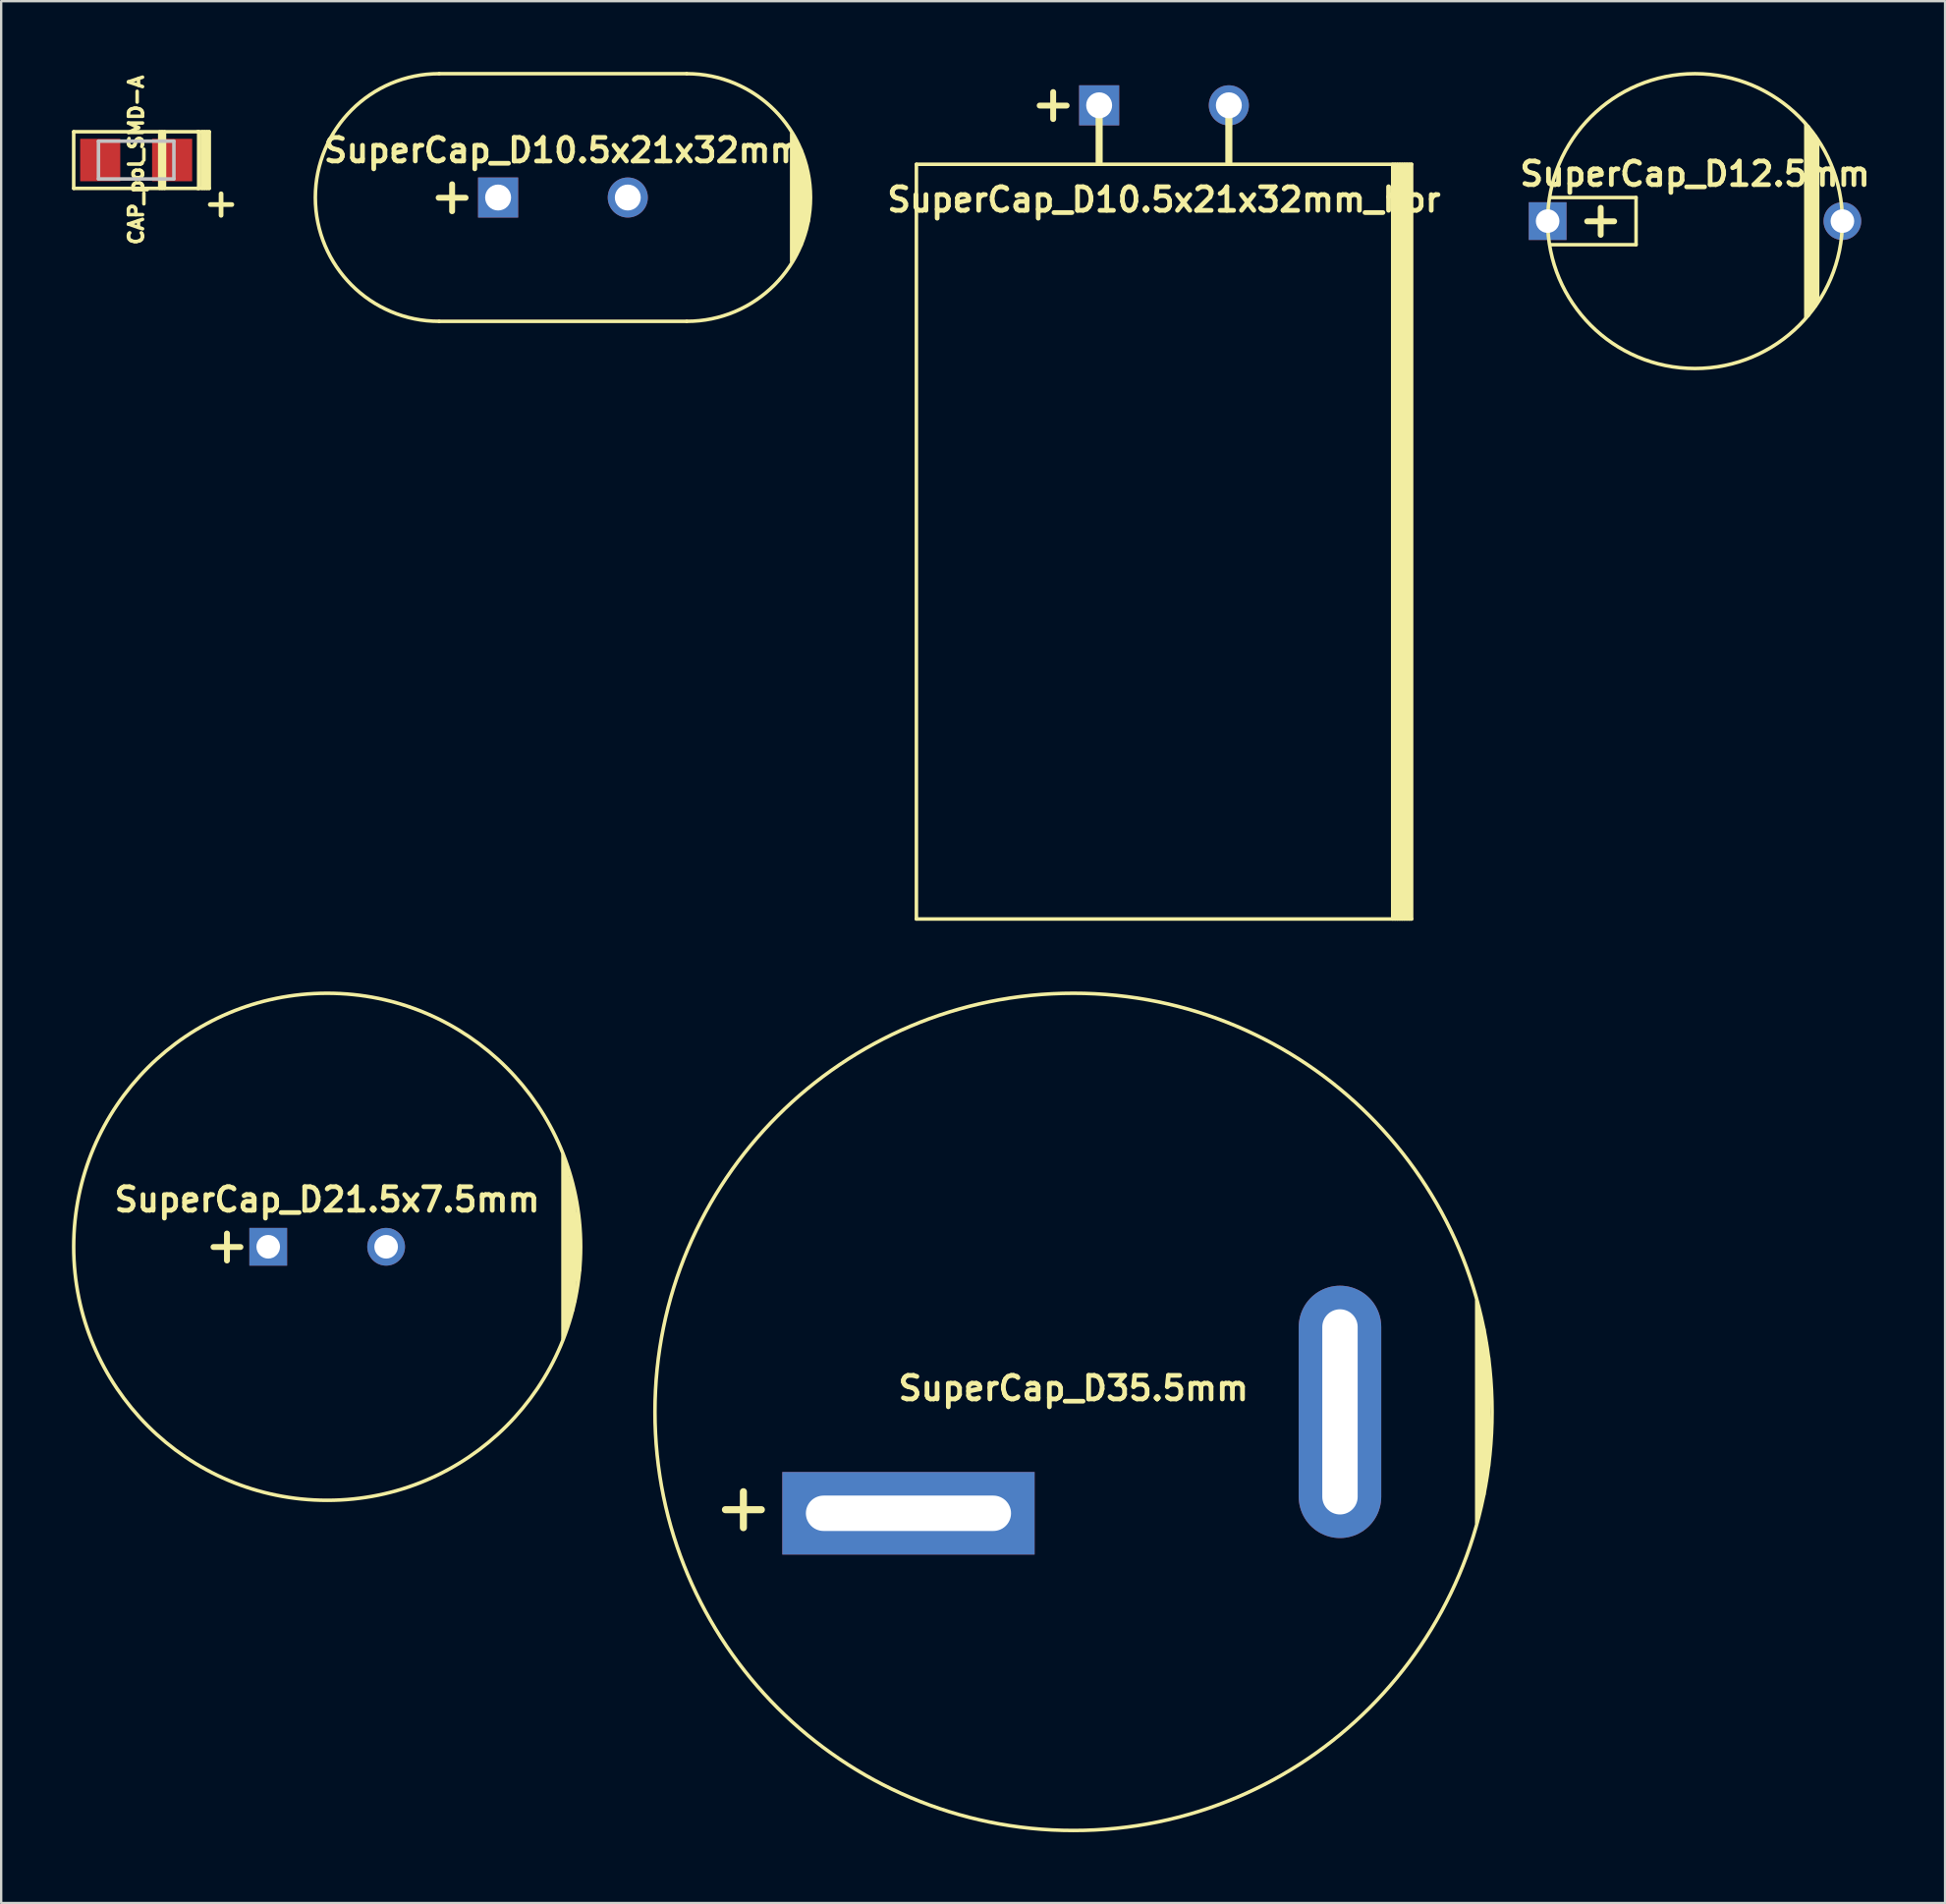
<source format=kicad_pcb>
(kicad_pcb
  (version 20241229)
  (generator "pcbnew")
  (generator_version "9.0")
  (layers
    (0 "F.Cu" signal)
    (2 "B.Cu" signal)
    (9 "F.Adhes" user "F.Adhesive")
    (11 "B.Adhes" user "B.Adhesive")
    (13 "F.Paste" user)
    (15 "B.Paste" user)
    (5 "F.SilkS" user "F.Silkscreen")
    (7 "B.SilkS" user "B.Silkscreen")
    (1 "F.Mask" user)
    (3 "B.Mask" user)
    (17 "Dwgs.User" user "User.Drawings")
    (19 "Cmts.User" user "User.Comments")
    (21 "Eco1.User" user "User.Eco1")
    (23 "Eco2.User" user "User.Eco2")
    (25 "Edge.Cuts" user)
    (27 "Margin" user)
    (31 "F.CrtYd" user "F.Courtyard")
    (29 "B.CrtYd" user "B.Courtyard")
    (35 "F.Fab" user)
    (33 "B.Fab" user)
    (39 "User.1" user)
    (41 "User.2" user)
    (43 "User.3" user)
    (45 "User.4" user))
  (footprint "CAP_pol_SMD-A"
    (layer "F.Cu")
    (at 2.725 3.736)
    (property "Reference" "CAP_pol_SMD-A" (at 0 0 270) (layer "F.SilkS") (effects (font (size 0.6 0.6) (thickness 0.15))))
    (attr smd)
    (fp_line (start -2.65 -1.2) (end 2.65 -1.2) (stroke (width 0.15) (type solid)) (layer "F.SilkS"))
    (fp_line (start -2.65 1.2) (end -2.65 -1.2) (stroke (width 0.15) (type solid)) (layer "F.SilkS"))
    (fp_line (start 1 1.2) (end 1 -1.2) (stroke (width 0.15) (type solid)) (layer "F.SilkS"))
    (fp_line (start 1.1 1.2) (end 1.1 -1.2) (stroke (width 0.15) (type solid)) (layer "F.SilkS"))
    (fp_line (start 1.2 1.2) (end 1.2 -1.2) (stroke (width 0.15) (type solid)) (layer "F.SilkS"))
    (fp_line (start 2.65 1.2) (end -2.65 1.2) (stroke (width 0.15) (type solid)) (layer "F.SilkS"))
    (fp_line (start 2.65 1.2) (end 2.65 -1.2) (stroke (width 0.15) (type solid)) (layer "F.SilkS"))
    (fp_line (start 2.8 1.2) (end 2.8 -1.2) (stroke (width 0.15) (type solid)) (layer "F.SilkS"))
    (fp_line (start 2.9 1.2) (end 2.9 -1.2) (stroke (width 0.15) (type solid)) (layer "F.SilkS"))
    (fp_line (start 3 -1.2) (end 3 1.2) (stroke (width 0.15) (type solid)) (layer "F.SilkS"))
    (fp_line (start 3.1 -1.2) (end 2.6 -1.2) (stroke (width 0.15) (type solid)) (layer "F.SilkS"))
    (fp_line (start 3.1 -1.2) (end 3.1 1.2) (stroke (width 0.15) (type solid)) (layer "F.SilkS"))
    (fp_line (start 3.1 1.2) (end 2.6 1.2) (stroke (width 0.15) (type solid)) (layer "F.SilkS"))
    (fp_line (start -1.6 -0.8) (end -1.6 0.8) (stroke (width 0.15) (type solid)) (layer "Dwgs.User"))
    (fp_line (start -1.6 0.8) (end 1.6 0.8) (stroke (width 0.15) (type solid)) (layer "Dwgs.User"))
    (fp_line (start 1.6 -0.8) (end -1.6 -0.8) (stroke (width 0.15) (type solid)) (layer "Dwgs.User"))
    (fp_line (start 1.6 0.8) (end 1.6 -0.8) (stroke (width 0.15) (type solid)) (layer "Dwgs.User"))
    (fp_text user "+" (at 3.6 1.8 180) (layer "F.SilkS") (effects (font (size 1.2 1.2) (thickness 0.2))))
    (pad "1" smd rect (at 1.525 0 180) (size 1.7 1.8) (layers "F.Cu" "F.Mask" "F.Paste"))
    (pad "2" smd rect (at -1.525 0 180) (size 1.7 1.8) (layers "F.Cu" "F.Mask" "F.Paste")))
  (footprint "SuperCap_D10.5x21x32mm_hor"
    (layer "F.Cu")
    (at 46.312 1.416)
    (property "Reference" "SuperCap_D10.5x21x32mm_hor" (at 0 4 0) (layer "F.SilkS") (effects (font (size 1 1) (thickness 0.2))))
    (attr through_hole)
    (fp_line (start -10.5 2.5) (end 10.5 2.5) (stroke (width 0.15) (type solid)) (layer "F.SilkS"))
    (fp_line (start -10.5 34.5) (end -10.5 2.5) (stroke (width 0.15) (type solid)) (layer "F.SilkS"))
    (fp_line (start -2.75 2.4) (end -2.75 0) (stroke (width 0.3) (type solid)) (layer "F.SilkS"))
    (fp_line (start 2.75 2.4) (end 2.75 0) (stroke (width 0.3) (type solid)) (layer "F.SilkS"))
    (fp_line (start 9.7 2.5) (end 9.7 34.5) (stroke (width 0.15) (type solid)) (layer "F.SilkS"))
    (fp_line (start 9.8 34.5) (end 9.8 2.5) (stroke (width 0.15) (type solid)) (layer "F.SilkS"))
    (fp_line (start 9.9 2.5) (end 9.9 34.5) (stroke (width 0.15) (type solid)) (layer "F.SilkS"))
    (fp_line (start 10 34.5) (end 10 2.5) (stroke (width 0.15) (type solid)) (layer "F.SilkS"))
    (fp_line (start 10.1 2.5) (end 10.1 34.5) (stroke (width 0.15) (type solid)) (layer "F.SilkS"))
    (fp_line (start 10.2 34.5) (end 10.2 2.5) (stroke (width 0.15) (type solid)) (layer "F.SilkS"))
    (fp_line (start 10.3 34.5) (end 10.3 2.5) (stroke (width 0.15) (type solid)) (layer "F.SilkS"))
    (fp_line (start 10.4 2.5) (end 10.4 34.5) (stroke (width 0.15) (type solid)) (layer "F.SilkS"))
    (fp_line (start 10.5 2.5) (end 10.5 34.5) (stroke (width 0.15) (type solid)) (layer "F.SilkS"))
    (fp_line (start 10.5 34.5) (end -10.5 34.5) (stroke (width 0.15) (type solid)) (layer "F.SilkS"))
    (fp_text user "+" (at -4.7 -0.1 0) (layer "F.SilkS") (effects (font (size 1.5 1.5) (thickness 0.25))))
    (pad "1" thru_hole rect (at -2.75 0) (size 1.7 1.7) (drill 1.1) (layers "*.Cu" "*.Mask"))
    (pad "2" thru_hole circle (at 2.75 0) (size 1.7 1.7) (drill 1.1) (layers "*.Cu" "*.Mask")))
  (footprint "SuperCap_D12.5mm"
    (layer "F.Cu")
    (at 68.831 6.325)
    (property "Reference" "SuperCap_D12.5mm" (at 0 -2 0) (layer "F.SilkS") (effects (font (size 1 1) (thickness 0.2))))
    (attr through_hole)
    (fp_line (start -6.15 1) (end -2.5 1) (stroke (width 0.15) (type solid)) (layer "F.SilkS"))
    (fp_line (start -2.5 -1) (end -6.15 -1) (stroke (width 0.15) (type solid)) (layer "F.SilkS"))
    (fp_line (start -2.5 1) (end -2.5 -1) (stroke (width 0.15) (type solid)) (layer "F.SilkS"))
    (fp_line (start 4.7 4.1) (end 4.7 -4.1) (stroke (width 0.15) (type solid)) (layer "F.SilkS"))
    (fp_line (start 4.8 4) (end 4.8 -4) (stroke (width 0.15) (type solid)) (layer "F.SilkS"))
    (fp_line (start 4.9 -3.8) (end 4.9 3.8) (stroke (width 0.15) (type solid)) (layer "F.SilkS"))
    (fp_line (start 5 3.7) (end 5 -3.7) (stroke (width 0.15) (type solid)) (layer "F.SilkS"))
    (fp_line (start 5.1 -3.6) (end 5.1 3.6) (stroke (width 0.15) (type solid)) (layer "F.SilkS"))
    (fp_line (start 5.2 3.4) (end 5.2 -3.4) (stroke (width 0.15) (type solid)) (layer "F.SilkS"))
    (fp_circle (center 0 0) (end 6.25 0) (stroke (width 0.15) (type solid)) (fill no) (layer "F.SilkS"))
    (fp_text user "+" (at -4 -0.1 0) (layer "F.SilkS") (effects (font (size 1.5 1.5) (thickness 0.25))))
    (pad "1" thru_hole rect (at -6.25 0) (size 1.6 1.6) (drill 1) (layers "*.Cu" "*.Mask"))
    (pad "2" thru_hole circle (at 6.25 0) (size 1.6 1.6) (drill 1) (layers "*.Cu" "*.Mask")))
  (footprint "SuperCap_D21.5x7.5mm"
    (layer "F.Cu")
    (at 10.825 49.816)
    (property "Reference" "SuperCap_D21.5x7.5mm" (at 0 -2 0) (layer "F.SilkS") (effects (font (size 1 1) (thickness 0.2))))
    (attr through_hole)
    (fp_line (start 10 3.9) (end 10 -3.9) (stroke (width 0.15) (type solid)) (layer "F.SilkS"))
    (fp_line (start 10.1 -3.6) (end 10.1 3.6) (stroke (width 0.15) (type solid)) (layer "F.SilkS"))
    (fp_line (start 10.2 3.3) (end 10.2 -3.3) (stroke (width 0.15) (type solid)) (layer "F.SilkS"))
    (fp_line (start 10.3 -2.9) (end 10.3 3) (stroke (width 0.15) (type solid)) (layer "F.SilkS"))
    (fp_line (start 10.4 2.7) (end 10.4 -2.6) (stroke (width 0.15) (type solid)) (layer "F.SilkS"))
    (fp_line (start 10.5 -2.1) (end 10.5 2.3) (stroke (width 0.15) (type solid)) (layer "F.SilkS"))
    (fp_line (start 10.6 1.4) (end 10.6 -1.4) (stroke (width 0.15) (type solid)) (layer "F.SilkS"))
    (fp_line (start 10.7 -0.9) (end 10.7 1) (stroke (width 0.15) (type solid)) (layer "F.SilkS"))
    (fp_circle (center 0 0) (end 10.75 0) (stroke (width 0.15) (type solid)) (fill no) (layer "F.SilkS"))
    (fp_text user "+" (at -4.25 -0.1 0) (layer "F.SilkS") (effects (font (size 1.5 1.5) (thickness 0.25))))
    (pad "1" thru_hole rect (at -2.5 0) (size 1.6 1.6) (drill 1) (layers "*.Cu" "*.Mask"))
    (pad "2" thru_hole circle (at 2.5 0) (size 1.6 1.6) (drill 1) (layers "*.Cu" "*.Mask")))
  (footprint "SuperCap_D10.5x21x32mm"
    (layer "F.Cu")
    (at 20.823 5.325)
    (property "Reference" "SuperCap_D10.5x21x32mm" (at 0 -2 0) (layer "F.SilkS") (effects (font (size 1 1) (thickness 0.2))))
    (attr through_hole)
    (fp_line (start -5.25 -5.25) (end 5.25 -5.25) (stroke (width 0.15) (type solid)) (layer "F.SilkS"))
    (fp_line (start 5.25 5.25) (end -5.25 5.25) (stroke (width 0.15) (type solid)) (layer "F.SilkS"))
    (fp_line (start 9.7 2.7) (end 9.7 -2.7) (stroke (width 0.15) (type solid)) (layer "F.SilkS"))
    (fp_line (start 9.8 -2.6) (end 9.8 2.6) (stroke (width 0.15) (type solid)) (layer "F.SilkS"))
    (fp_line (start 9.9 2.4) (end 9.9 -2.4) (stroke (width 0.15) (type solid)) (layer "F.SilkS"))
    (fp_line (start 10 -2.2) (end 10 2.2) (stroke (width 0.15) (type solid)) (layer "F.SilkS"))
    (fp_line (start 10.1 2) (end 10.1 -2) (stroke (width 0.15) (type solid)) (layer "F.SilkS"))
    (fp_line (start 10.2 -1.7) (end 10.2 1.7) (stroke (width 0.15) (type solid)) (layer "F.SilkS"))
    (fp_line (start 10.3 1.4) (end 10.3 -1.4) (stroke (width 0.15) (type solid)) (layer "F.SilkS"))
    (fp_line (start 10.4 -0.9) (end 10.4 1) (stroke (width 0.15) (type solid)) (layer "F.SilkS"))
    (fp_arc (start -5.25 5.25) (mid -10.5 0) (end -5.25 -5.25) (stroke (width 0.15) (type solid)) (layer "F.SilkS"))
    (fp_arc (start 5.25 -5.25) (mid 10.5 0) (end 5.25 5.25) (stroke (width 0.15) (type solid)) (layer "F.SilkS"))
    (fp_text user "+" (at -4.7 -0.1 0) (layer "F.SilkS") (effects (font (size 1.5 1.5) (thickness 0.25))))
    (pad "1" thru_hole rect (at -2.75 0) (size 1.7 1.7) (drill 1.1) (layers "*.Cu" "*.Mask"))
    (pad "2" thru_hole circle (at 2.75 0) (size 1.7 1.7) (drill 1.1) (layers "*.Cu" "*.Mask")))
  (footprint "SuperCap_D35.5mm"
    (layer "F.Cu")
    (at 42.475 56.816)
    (property "Reference" "SuperCap_D35.5mm" (at 0 -1 0) (layer "F.SilkS") (effects (font (size 1 1) (thickness 0.2))))
    (attr through_hole)
    (fp_line (start 17.1 -4.7) (end 17.1 4.7) (stroke (width 0.15) (type solid)) (layer "F.SilkS"))
    (fp_line (start 17.2 4.3) (end 17.2 -4.3) (stroke (width 0.15) (type solid)) (layer "F.SilkS"))
    (fp_line (start 17.3 -3.9) (end 17.3 3.9) (stroke (width 0.15) (type solid)) (layer "F.SilkS"))
    (fp_line (start 17.4 3.5) (end 17.4 -3.5) (stroke (width 0.15) (type solid)) (layer "F.SilkS"))
    (fp_line (start 17.5 -2.9) (end 17.5 2.9) (stroke (width 0.15) (type solid)) (layer "F.SilkS"))
    (fp_line (start 17.6 2.3) (end 17.6 -2.3) (stroke (width 0.15) (type solid)) (layer "F.SilkS"))
    (fp_circle (center 0 0) (end 17.75 0) (stroke (width 0.15) (type solid)) (fill no) (layer "F.SilkS"))
    (fp_text user "+" (at -14 4 0) (layer "F.SilkS") (effects (font (size 2 2) (thickness 0.3))))
    (pad "1" thru_hole rect (at -7 4.3) (size 10.7 3.5) (drill oval 8.7 1.5) (layers "*.Cu" "*.Mask"))
    (pad "2" thru_hole oval (at 11.3 0) (size 3.5 10.7) (drill oval 1.5 8.7) (layers "*.Cu" "*.Mask")))
  (gr_rect
    (start -3 -3)
    (end 79.436 77.641)
    (stroke (width 0.1) (type default))
    (fill no)
    (layer "Edge.Cuts")))
</source>
